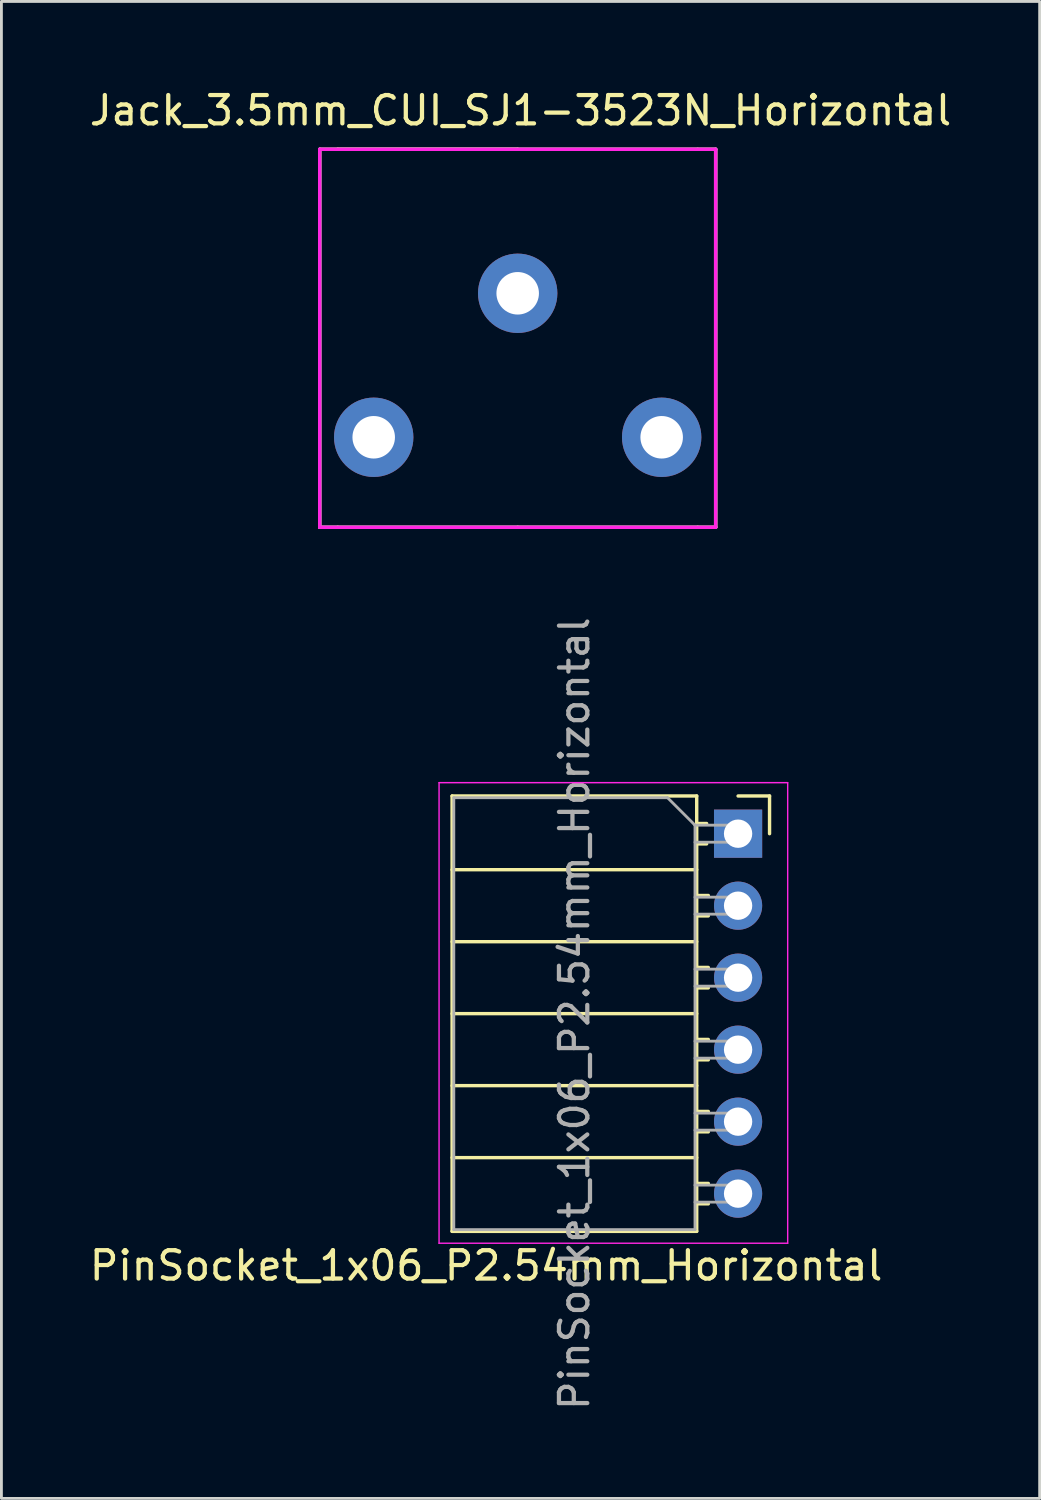
<source format=kicad_pcb>
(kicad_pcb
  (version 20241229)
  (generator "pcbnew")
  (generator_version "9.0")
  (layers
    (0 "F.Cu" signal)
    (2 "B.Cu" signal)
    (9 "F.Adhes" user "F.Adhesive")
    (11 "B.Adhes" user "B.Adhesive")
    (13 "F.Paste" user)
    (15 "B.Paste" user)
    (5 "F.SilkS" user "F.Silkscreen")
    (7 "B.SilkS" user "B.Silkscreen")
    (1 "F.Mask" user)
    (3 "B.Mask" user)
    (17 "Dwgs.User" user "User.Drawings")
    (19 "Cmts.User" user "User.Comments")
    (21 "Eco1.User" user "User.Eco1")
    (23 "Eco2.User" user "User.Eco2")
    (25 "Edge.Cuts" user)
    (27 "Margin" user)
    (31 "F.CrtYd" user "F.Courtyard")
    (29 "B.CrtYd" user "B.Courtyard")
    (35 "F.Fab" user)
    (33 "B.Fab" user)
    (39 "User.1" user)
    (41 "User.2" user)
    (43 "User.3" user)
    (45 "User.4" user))
  (footprint "PinSocket_1x06_P2.54mm_Horizontal"
    (layer "F.Cu")
    (at 22.991 26.364)
    (property "Reference" "PinSocket_1x06_P2.54mm_Horizontal" (at -8.89 15.24 180) (layer "F.SilkS") (effects (font (size 1 1) (thickness 0.15))))
    (attr through_hole)
    (fp_line (start -10.09 -1.33) (end -10.09 14.03) (stroke (width 0.12) (type solid)) (layer "F.SilkS"))
    (fp_line (start -10.09 -1.33) (end -1.46 -1.33) (stroke (width 0.12) (type solid)) (layer "F.SilkS"))
    (fp_line (start -10.09 1.27) (end -1.46 1.27) (stroke (width 0.12) (type solid)) (layer "F.SilkS"))
    (fp_line (start -10.09 3.81) (end -1.46 3.81) (stroke (width 0.12) (type solid)) (layer "F.SilkS"))
    (fp_line (start -10.09 6.35) (end -1.46 6.35) (stroke (width 0.12) (type solid)) (layer "F.SilkS"))
    (fp_line (start -10.09 8.89) (end -1.46 8.89) (stroke (width 0.12) (type solid)) (layer "F.SilkS"))
    (fp_line (start -10.09 11.43) (end -1.46 11.43) (stroke (width 0.12) (type solid)) (layer "F.SilkS"))
    (fp_line (start -10.09 14.03) (end -1.46 14.03) (stroke (width 0.12) (type solid)) (layer "F.SilkS"))
    (fp_line (start -1.46 -1.33) (end -1.46 14.03) (stroke (width 0.12) (type solid)) (layer "F.SilkS"))
    (fp_line (start -1.46 -0.36) (end -1.11 -0.36) (stroke (width 0.12) (type solid)) (layer "F.SilkS"))
    (fp_line (start -1.46 0.36) (end -1.11 0.36) (stroke (width 0.12) (type solid)) (layer "F.SilkS"))
    (fp_line (start -1.46 2.18) (end -1.05 2.18) (stroke (width 0.12) (type solid)) (layer "F.SilkS"))
    (fp_line (start -1.46 2.9) (end -1.05 2.9) (stroke (width 0.12) (type solid)) (layer "F.SilkS"))
    (fp_line (start -1.46 4.72) (end -1.05 4.72) (stroke (width 0.12) (type solid)) (layer "F.SilkS"))
    (fp_line (start -1.46 5.44) (end -1.05 5.44) (stroke (width 0.12) (type solid)) (layer "F.SilkS"))
    (fp_line (start -1.46 7.26) (end -1.05 7.26) (stroke (width 0.12) (type solid)) (layer "F.SilkS"))
    (fp_line (start -1.46 7.98) (end -1.05 7.98) (stroke (width 0.12) (type solid)) (layer "F.SilkS"))
    (fp_line (start -1.46 9.8) (end -1.05 9.8) (stroke (width 0.12) (type solid)) (layer "F.SilkS"))
    (fp_line (start -1.46 10.52) (end -1.05 10.52) (stroke (width 0.12) (type solid)) (layer "F.SilkS"))
    (fp_line (start -1.46 12.34) (end -1.05 12.34) (stroke (width 0.12) (type solid)) (layer "F.SilkS"))
    (fp_line (start -1.46 13.06) (end -1.05 13.06) (stroke (width 0.12) (type solid)) (layer "F.SilkS"))
    (fp_line (start 0 -1.33) (end 1.11 -1.33) (stroke (width 0.12) (type solid)) (layer "F.SilkS"))
    (fp_line (start 1.11 -1.33) (end 1.11 0) (stroke (width 0.12) (type solid)) (layer "F.SilkS"))
    (fp_line (start -10.55 -1.8) (end -10.55 14.45) (stroke (width 0.05) (type solid)) (layer "F.CrtYd"))
    (fp_line (start -10.55 14.45) (end 1.75 14.45) (stroke (width 0.05) (type solid)) (layer "F.CrtYd"))
    (fp_line (start 1.75 -1.8) (end -10.55 -1.8) (stroke (width 0.05) (type solid)) (layer "F.CrtYd"))
    (fp_line (start 1.75 14.45) (end 1.75 -1.8) (stroke (width 0.05) (type solid)) (layer "F.CrtYd"))
    (fp_line (start -10.03 -1.27) (end -2.49 -1.27) (stroke (width 0.1) (type solid)) (layer "F.Fab"))
    (fp_line (start -10.03 13.97) (end -10.03 -1.27) (stroke (width 0.1) (type solid)) (layer "F.Fab"))
    (fp_line (start -2.49 -1.27) (end -1.52 -0.3) (stroke (width 0.1) (type solid)) (layer "F.Fab"))
    (fp_line (start -1.52 -0.3) (end -1.52 13.97) (stroke (width 0.1) (type solid)) (layer "F.Fab"))
    (fp_line (start -1.52 0.3) (end 0 0.3) (stroke (width 0.1) (type solid)) (layer "F.Fab"))
    (fp_line (start -1.52 2.84) (end 0 2.84) (stroke (width 0.1) (type solid)) (layer "F.Fab"))
    (fp_line (start -1.52 5.38) (end 0 5.38) (stroke (width 0.1) (type solid)) (layer "F.Fab"))
    (fp_line (start -1.52 7.92) (end 0 7.92) (stroke (width 0.1) (type solid)) (layer "F.Fab"))
    (fp_line (start -1.52 10.46) (end 0 10.46) (stroke (width 0.1) (type solid)) (layer "F.Fab"))
    (fp_line (start -1.52 13) (end 0 13) (stroke (width 0.1) (type solid)) (layer "F.Fab"))
    (fp_line (start -1.52 13.97) (end -10.03 13.97) (stroke (width 0.1) (type solid)) (layer "F.Fab"))
    (fp_line (start 0 -0.3) (end -1.52 -0.3) (stroke (width 0.1) (type solid)) (layer "F.Fab"))
    (fp_line (start 0 0.3) (end 0 -0.3) (stroke (width 0.1) (type solid)) (layer "F.Fab"))
    (fp_line (start 0 2.24) (end -1.52 2.24) (stroke (width 0.1) (type solid)) (layer "F.Fab"))
    (fp_line (start 0 2.84) (end 0 2.24) (stroke (width 0.1) (type solid)) (layer "F.Fab"))
    (fp_line (start 0 4.78) (end -1.52 4.78) (stroke (width 0.1) (type solid)) (layer "F.Fab"))
    (fp_line (start 0 5.38) (end 0 4.78) (stroke (width 0.1) (type solid)) (layer "F.Fab"))
    (fp_line (start 0 7.32) (end -1.52 7.32) (stroke (width 0.1) (type solid)) (layer "F.Fab"))
    (fp_line (start 0 7.92) (end 0 7.32) (stroke (width 0.1) (type solid)) (layer "F.Fab"))
    (fp_line (start 0 9.86) (end -1.52 9.86) (stroke (width 0.1) (type solid)) (layer "F.Fab"))
    (fp_line (start 0 10.46) (end 0 9.86) (stroke (width 0.1) (type solid)) (layer "F.Fab"))
    (fp_line (start 0 12.4) (end -1.52 12.4) (stroke (width 0.1) (type solid)) (layer "F.Fab"))
    (fp_line (start 0 13) (end 0 12.4) (stroke (width 0.1) (type solid)) (layer "F.Fab"))
    (fp_text user "${REFERENCE}" (at -5.775 6.35 270) (layer "F.Fab") (effects (font (size 1 1) (thickness 0.15))))
    (pad "1" thru_hole rect (at 0 0) (size 1.7 1.7) (drill 1) (layers "*.Cu" "*.Mask"))
    (pad "2" thru_hole oval (at 0 2.54) (size 1.7 1.7) (drill 1) (layers "*.Cu" "*.Mask"))
    (pad "3" thru_hole oval (at 0 5.08) (size 1.7 1.7) (drill 1) (layers "*.Cu" "*.Mask"))
    (pad "4" thru_hole oval (at 0 7.62) (size 1.7 1.7) (drill 1) (layers "*.Cu" "*.Mask"))
    (pad "5" thru_hole oval (at 0 10.16) (size 1.7 1.7) (drill 1) (layers "*.Cu" "*.Mask"))
    (pad "6" thru_hole oval (at 0 12.7) (size 1.7 1.7) (drill 1) (layers "*.Cu" "*.Mask")))
  (footprint "Jack_3.5mm_CUI_SJ1-3523N_Horizontal"
    (layer "F.Cu")
    (at 15.215 7.298)
    (property "Reference" "Jack_3.5mm_CUI_SJ1-3523N_Horizontal" (at 0.1 -6.45 0) (layer "F.SilkS") (effects (font (size 1 1) (thickness 0.15))))
    (attr through_hole)
    (fp_line (start -6.985 8.255) (end -6.985 -5.08) (stroke (width 0.12) (type solid)) (layer "F.SilkS"))
    (fp_line (start -6.985 8.255) (end -6.35 8.255) (stroke (width 0.12) (type solid)) (layer "F.SilkS"))
    (fp_line (start -6.35 -5.08) (end -6.985 -5.08) (stroke (width 0.12) (type solid)) (layer "F.SilkS"))
    (fp_line (start -6.35 -5.08) (end 0 -5.08) (stroke (width 0.12) (type solid)) (layer "F.SilkS"))
    (fp_line (start -6.35 -5.08) (end 0 -5.08) (stroke (width 0.12) (type solid)) (layer "F.SilkS"))
    (fp_line (start 0 -5.08) (end 6.35 -5.08) (stroke (width 0.12) (type solid)) (layer "F.SilkS"))
    (fp_line (start 0 8.255) (end -6.35 8.255) (stroke (width 0.12) (type solid)) (layer "F.SilkS"))
    (fp_line (start 6.35 -5.08) (end 6.985 -5.08) (stroke (width 0.12) (type solid)) (layer "F.SilkS"))
    (fp_line (start 6.35 8.255) (end 0 8.255) (stroke (width 0.12) (type solid)) (layer "F.SilkS"))
    (fp_line (start 6.35 8.255) (end 6.985 8.255) (stroke (width 0.12) (type solid)) (layer "F.SilkS"))
    (fp_line (start 6.985 -5.08) (end 6.985 8.255) (stroke (width 0.12) (type solid)) (layer "F.SilkS"))
    (fp_line (start -6.985 -5.08) (end 6.985 -5.08) (stroke (width 0.12) (type solid)) (layer "F.CrtYd"))
    (fp_line (start -6.985 8.255) (end -6.985 -5.08) (stroke (width 0.12) (type solid)) (layer "F.CrtYd"))
    (fp_line (start 6.985 -5.08) (end 6.985 8.255) (stroke (width 0.12) (type solid)) (layer "F.CrtYd"))
    (fp_line (start 6.985 8.255) (end -6.985 8.255) (stroke (width 0.12) (type solid)) (layer "F.CrtYd"))
    (fp_line (start -6.985 -5.08) (end 6.985 -5.08) (stroke (width 0.12) (type solid)) (layer "F.Fab"))
    (fp_line (start -6.985 8.255) (end -6.985 -5.08) (stroke (width 0.12) (type solid)) (layer "F.Fab"))
    (fp_line (start 6.985 -5.08) (end 6.985 8.255) (stroke (width 0.12) (type solid)) (layer "F.Fab"))
    (fp_line (start 6.985 8.255) (end -6.985 8.255) (stroke (width 0.12) (type solid)) (layer "F.Fab"))
    (pad "R" thru_hole circle (at 5.08 5.08) (size 2.8 2.8) (drill 1.5) (layers "*.Cu" "*.Mask"))
    (pad "S" thru_hole circle (at 0 0) (size 2.8 2.8) (drill 1.5) (layers "*.Cu" "*.Mask"))
    (pad "T" thru_hole circle (at -5.08 5.08) (size 2.8 2.8) (drill 1.5) (layers "*.Cu" "*.Mask")))
  (gr_rect
    (start -3 -3)
    (end 33.631 49.816)
    (stroke (width 0.1) (type default))
    (fill no)
    (layer "Edge.Cuts")))
</source>
